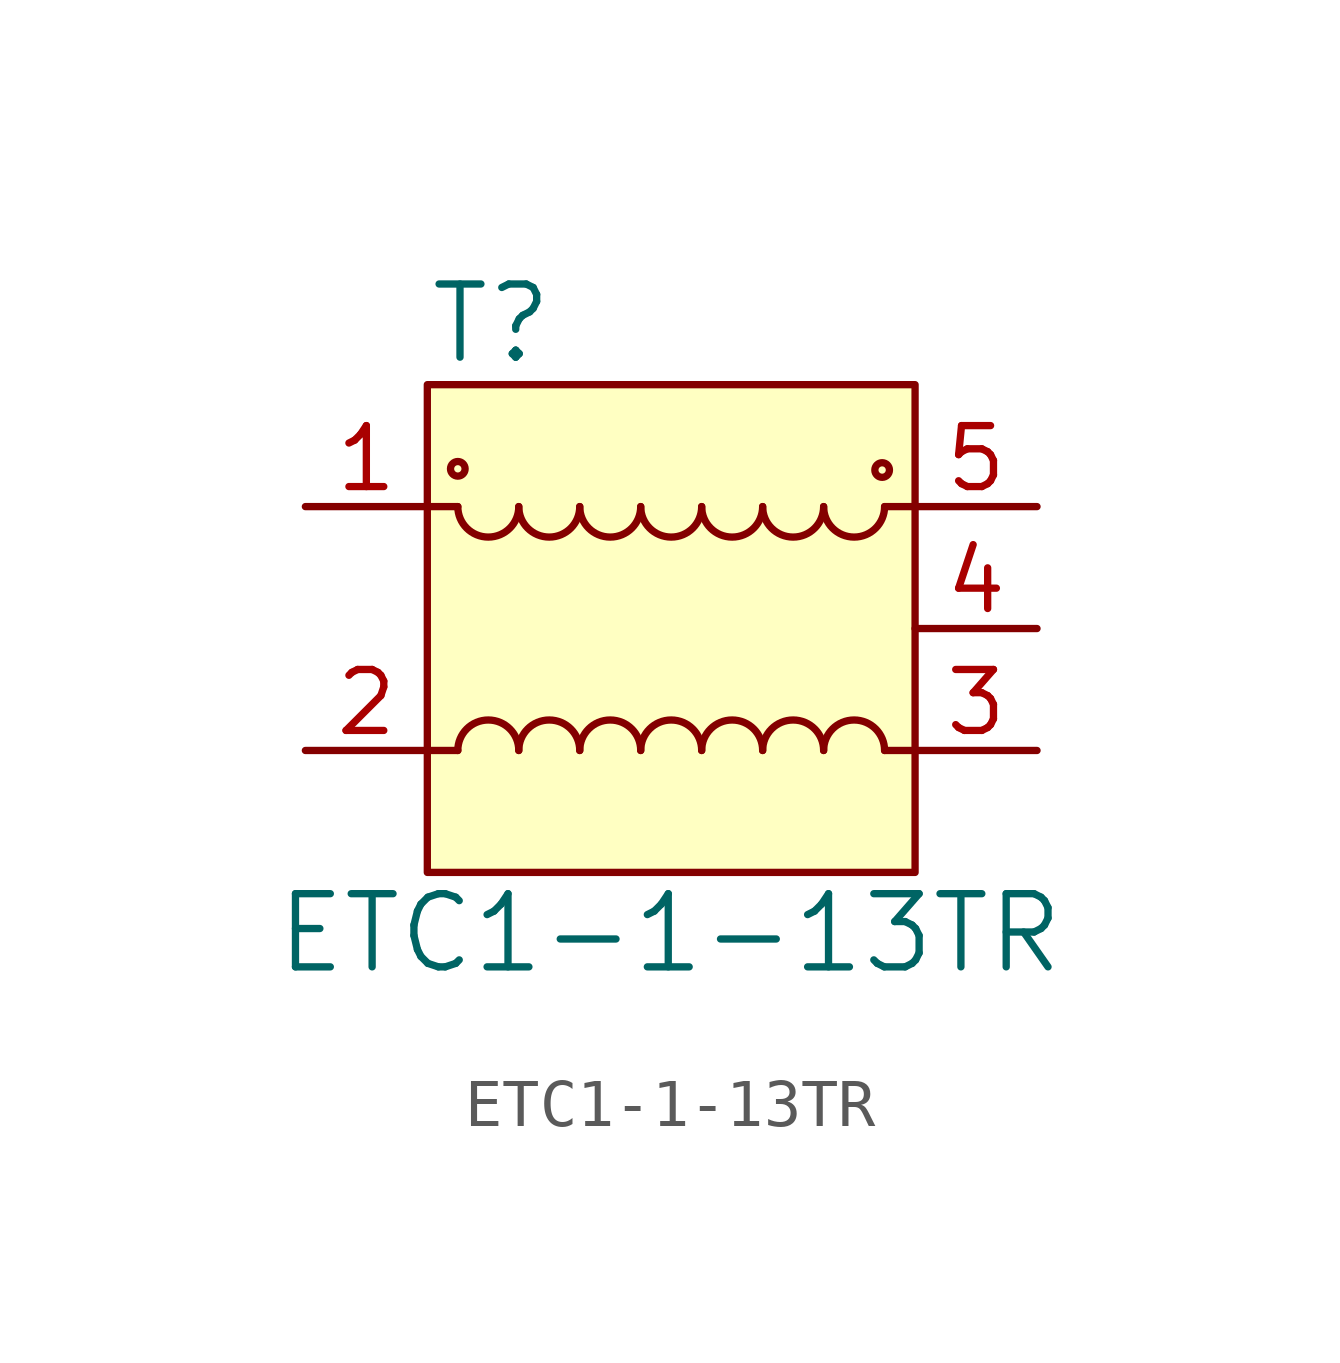
<source format=kicad_sym>
(kicad_symbol_lib
  (version 20220914)
  (generator kicad_symbol_editor)
  (symbol "ETC1-1-13TR"
    (pin_names
      (offset 0))
    (property "Reference" "T"
      (at -5.08 6.35 0)
      (effects (font (size 1.524 1.524)) (justify left)))
    (property "Value" "ETC1-1-13TR"
      (at -0.025 -6.35 0)
      (effects (font (size 1.524 1.524))))
    (symbol "ETC1-1-13TR_0_1"
      (rectangle (start -5.08 5.08) (end 5.08 -5.08) (stroke (width 0) (type default)) (fill (type background)))
      (arc (start -4.445 2.54) (mid -3.81 1.9077) (end -3.175 2.54) (stroke (width 0) (type default)) (fill (type none)))
      (circle (center -4.445 3.327) (radius 0.076) (stroke (width 0) (type default)) (fill (type none)))
      (arc (start -3.175 -2.54) (mid -3.81 -1.9077) (end -4.445 -2.54) (stroke (width 0) (type default)) (fill (type none)))
      (arc (start -3.175 2.54) (mid -2.54 1.9077) (end -1.905 2.54) (stroke (width 0) (type default)) (fill (type none)))
      (arc (start -1.905 -2.54) (mid -2.54 -1.9077) (end -3.175 -2.54) (stroke (width 0) (type default)) (fill (type none)))
      (arc (start -1.905 2.54) (mid -1.27 1.9077) (end -0.635 2.54) (stroke (width 0) (type default)) (fill (type none)))
      (arc (start -0.635 -2.54) (mid -1.27 -1.9077) (end -1.905 -2.54) (stroke (width 0) (type default)) (fill (type none)))
      (arc (start -0.635 2.54) (mid 0 1.9077) (end 0.635 2.54) (stroke (width 0) (type default)) (fill (type none)))
      (polyline (pts (xy -5.08 -2.54) (xy -4.445 -2.54)) (stroke (width 0) (type default)) (fill (type none)))
      (polyline (pts (xy -4.445 2.54) (xy -5.08 2.54)) (stroke (width 0) (type default)) (fill (type none)))
      (polyline (pts (xy 4.445 2.54) (xy 5.08 2.54)) (stroke (width 0) (type default)) (fill (type none)))
      (polyline (pts (xy 5.08 -2.54) (xy 4.445 -2.54)) (stroke (width 0) (type default)) (fill (type none)))
      (arc (start 0.635 -2.54) (mid 0 -1.9077) (end -0.635 -2.54) (stroke (width 0) (type default)) (fill (type none)))
      (arc (start 0.635 2.54) (mid 1.27 1.9077) (end 1.905 2.54) (stroke (width 0) (type default)) (fill (type none)))
      (arc (start 1.905 -2.54) (mid 1.27 -1.9077) (end 0.635 -2.54) (stroke (width 0) (type default)) (fill (type none)))
      (arc (start 1.905 2.54) (mid 2.54 1.9077) (end 3.175 2.54) (stroke (width 0) (type default)) (fill (type none)))
      (arc (start 3.175 -2.54) (mid 2.54 -1.9077) (end 1.905 -2.54) (stroke (width 0) (type default)) (fill (type none)))
      (arc (start 3.175 2.54) (mid 3.81 1.9077) (end 4.445 2.54) (stroke (width 0) (type default)) (fill (type none)))
      (circle (center 4.394 3.302) (radius 0.076) (stroke (width 0) (type default)) (fill (type none)))
      (arc (start 4.445 -2.54) (mid 3.81 -1.9077) (end 3.175 -2.54) (stroke (width 0) (type default)) (fill (type none))))
    (symbol "ETC1-1-13TR_1_1"
      (pin passive line (at -7.62 2.54 0) (length 2.54) (name "~" (effects (font (size 1.27 1.27)))) (number "1" (effects (font (size 1.27 1.27)))))
      (pin passive line (at -7.62 -2.54 0) (length 2.54) (name "~" (effects (font (size 1.27 1.27)))) (number "2" (effects (font (size 1.27 1.27)))))
      (pin passive line (at 7.62 -2.54 180) (length 2.54) (name "~" (effects (font (size 1.27 1.27)))) (number "3" (effects (font (size 1.27 1.27)))))
      (pin unspecified line (at 7.62 0 180) (length 2.54) (name "~" (effects (font (size 1.27 1.27)))) (number "4" (effects (font (size 1.27 1.27)))))
      (pin passive line (at 7.62 2.54 180) (length 2.54) (name "~" (effects (font (size 1.27 1.27)))) (number "5" (effects (font (size 1.27 1.27))))))))
</source>
